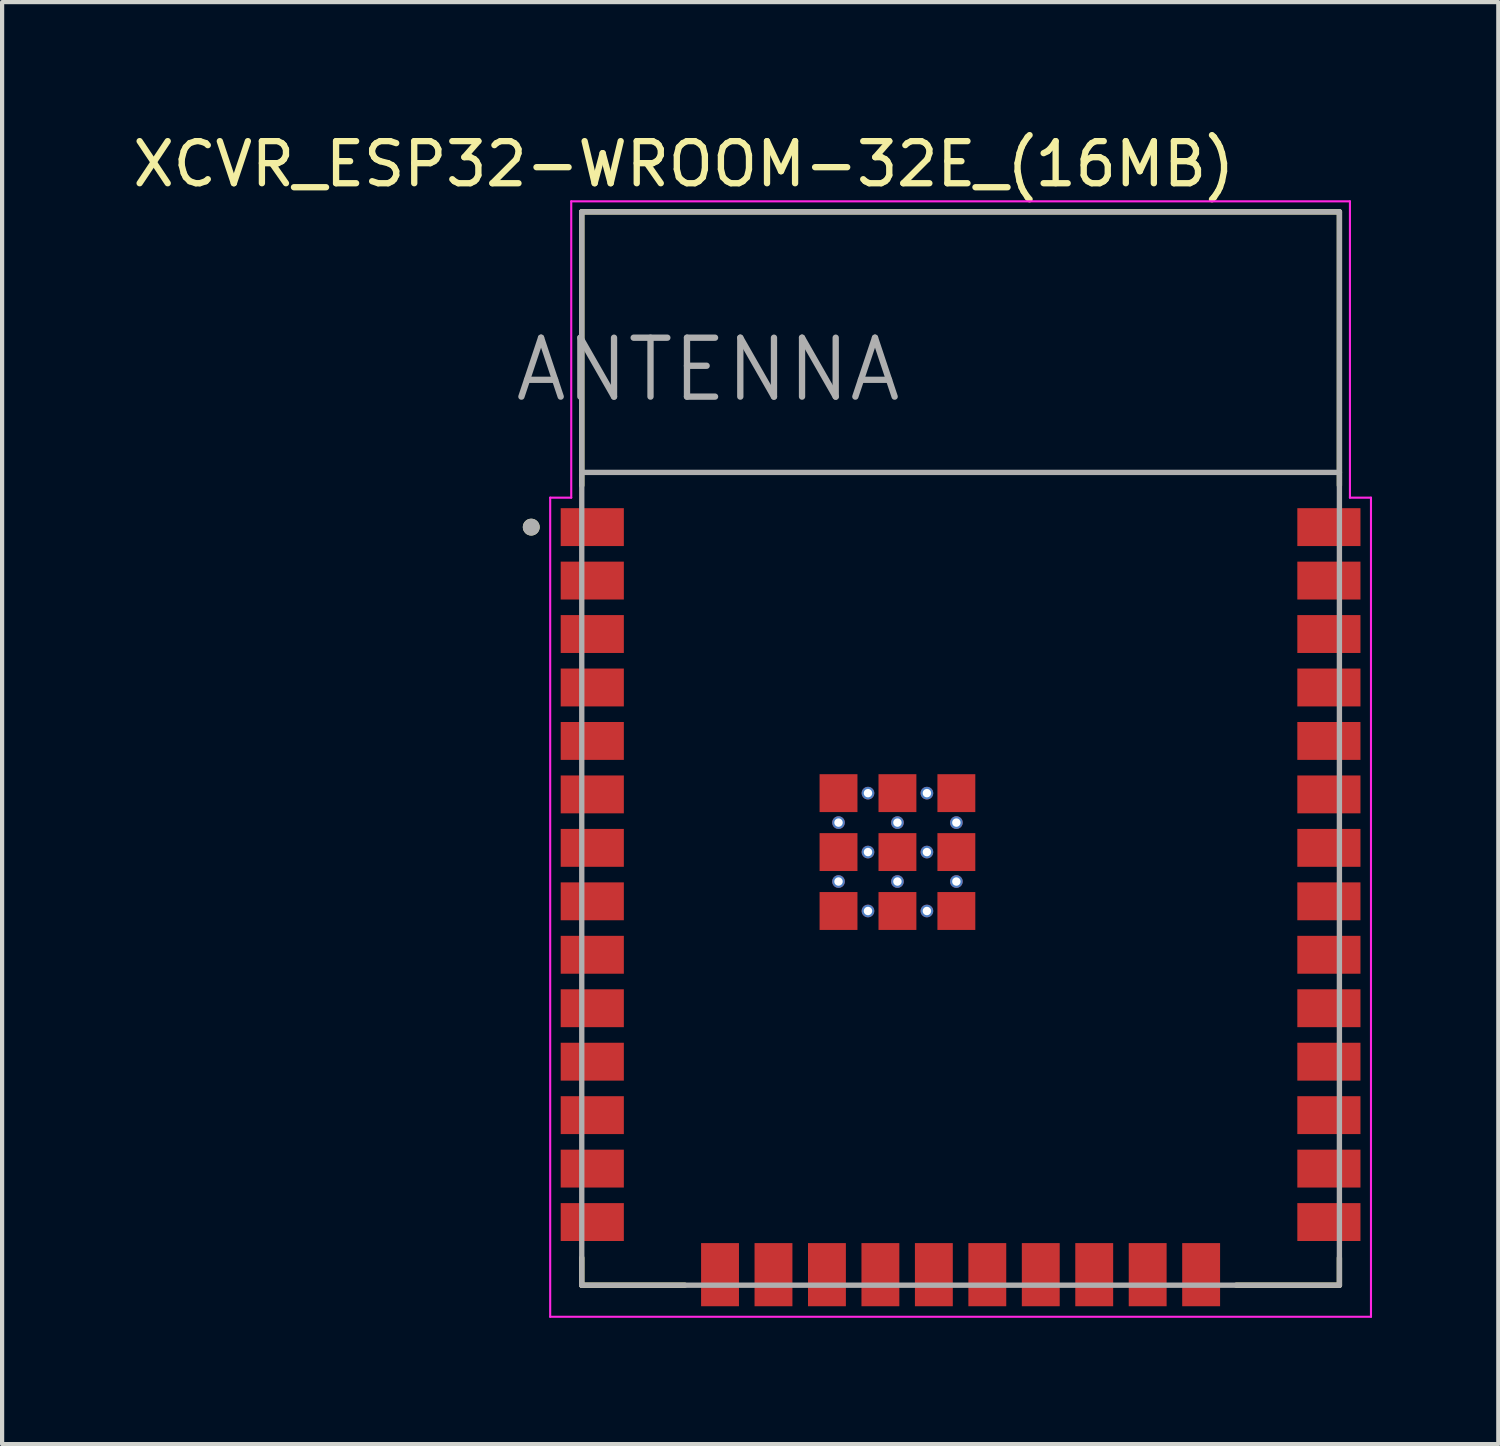
<source format=kicad_pcb>
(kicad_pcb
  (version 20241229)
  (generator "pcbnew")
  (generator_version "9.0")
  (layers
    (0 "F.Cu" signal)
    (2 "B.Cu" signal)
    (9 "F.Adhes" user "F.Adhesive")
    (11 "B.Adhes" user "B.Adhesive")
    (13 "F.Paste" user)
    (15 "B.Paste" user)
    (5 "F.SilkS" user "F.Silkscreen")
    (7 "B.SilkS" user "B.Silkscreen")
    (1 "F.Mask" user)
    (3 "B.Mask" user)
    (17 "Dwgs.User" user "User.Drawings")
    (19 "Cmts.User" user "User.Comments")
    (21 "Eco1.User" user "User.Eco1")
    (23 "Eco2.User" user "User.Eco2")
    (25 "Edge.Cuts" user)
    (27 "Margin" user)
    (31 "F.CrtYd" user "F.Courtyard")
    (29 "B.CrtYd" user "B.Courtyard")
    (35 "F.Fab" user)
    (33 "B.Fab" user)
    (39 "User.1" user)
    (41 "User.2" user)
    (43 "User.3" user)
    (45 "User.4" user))
  (footprint "XCVR_ESP32-WROOM-32E_(16MB)"
    (layer "F.Cu")
    (at 19.771 14.733)
    (property "Reference" "XCVR_ESP32-WROOM-32E_(16MB)" (at -6.575 -13.885 0) (layer "F.SilkS") (effects (font (size 1 1) (thickness 0.15))))
    (attr smd)
    (fp_line (start -9 -12.75) (end 9 -12.75) (stroke (width 0.127) (type solid)) (layer "F.SilkS"))
    (fp_line (start -9 -6.25) (end -9 -12.75) (stroke (width 0.127) (type solid)) (layer "F.SilkS"))
    (fp_line (start -9 12.1) (end -9 12.75) (stroke (width 0.127) (type solid)) (layer "F.SilkS"))
    (fp_line (start -9 12.75) (end -6.55 12.75) (stroke (width 0.127) (type solid)) (layer "F.SilkS"))
    (fp_line (start 6.55 12.75) (end 9 12.75) (stroke (width 0.127) (type solid)) (layer "F.SilkS"))
    (fp_line (start 9 -12.75) (end 9 -6.25) (stroke (width 0.127) (type solid)) (layer "F.SilkS"))
    (fp_line (start 9 12.75) (end 9 12.1) (stroke (width 0.127) (type solid)) (layer "F.SilkS"))
    (fp_circle (center -10.2 -5.26) (end -10.1 -5.26) (stroke (width 0.2) (type solid)) (fill no) (layer "F.SilkS"))
    (fp_line (start -9.75 -5.96) (end -9.25 -5.96) (stroke (width 0.05) (type solid)) (layer "F.CrtYd"))
    (fp_line (start -9.75 13.5) (end -9.75 -5.96) (stroke (width 0.05) (type solid)) (layer "F.CrtYd"))
    (fp_line (start -9.25 -13) (end 9.25 -13) (stroke (width 0.05) (type solid)) (layer "F.CrtYd"))
    (fp_line (start -9.25 -5.96) (end -9.25 -13) (stroke (width 0.05) (type solid)) (layer "F.CrtYd"))
    (fp_line (start 9.25 -13) (end 9.25 -5.96) (stroke (width 0.05) (type solid)) (layer "F.CrtYd"))
    (fp_line (start 9.25 -5.96) (end 9.75 -5.96) (stroke (width 0.05) (type solid)) (layer "F.CrtYd"))
    (fp_line (start 9.75 -5.96) (end 9.75 13.5) (stroke (width 0.05) (type solid)) (layer "F.CrtYd"))
    (fp_line (start 9.75 13.5) (end -9.75 13.5) (stroke (width 0.05) (type solid)) (layer "F.CrtYd"))
    (fp_line (start -9 -12.75) (end -9 -6.56) (stroke (width 0.127) (type solid)) (layer "F.Fab"))
    (fp_line (start -9 -12.75) (end 9 -12.75) (stroke (width 0.127) (type solid)) (layer "F.Fab"))
    (fp_line (start -9 -6.56) (end 9 -6.56) (stroke (width 0.127) (type solid)) (layer "F.Fab"))
    (fp_line (start -9 12.75) (end -9 -6.56) (stroke (width 0.127) (type solid)) (layer "F.Fab"))
    (fp_line (start 9 -12.75) (end 9 -6.56) (stroke (width 0.127) (type solid)) (layer "F.Fab"))
    (fp_line (start 9 -6.56) (end 9 12.75) (stroke (width 0.127) (type solid)) (layer "F.Fab"))
    (fp_line (start 9 12.75) (end -9 12.75) (stroke (width 0.127) (type solid)) (layer "F.Fab"))
    (fp_circle (center -10.2 -5.26) (end -10.1 -5.26) (stroke (width 0.2) (type solid)) (fill no) (layer "F.Fab"))
    (fp_text user "ANTENNA" (at -6 -9 0) (layer "F.Fab") (effects (font (size 1.4 1.4) (thickness 0.15))))
    (pad "1" smd rect (at -8.75 -5.26) (size 1.5 0.9) (layers "F.Cu" "F.Mask" "F.Paste"))
    (pad "2" smd rect (at -8.75 -3.99) (size 1.5 0.9) (layers "F.Cu" "F.Mask" "F.Paste"))
    (pad "3" smd rect (at -8.75 -2.72) (size 1.5 0.9) (layers "F.Cu" "F.Mask" "F.Paste"))
    (pad "4" smd rect (at -8.75 -1.45) (size 1.5 0.9) (layers "F.Cu" "F.Mask" "F.Paste"))
    (pad "5" smd rect (at -8.75 -0.18) (size 1.5 0.9) (layers "F.Cu" "F.Mask" "F.Paste"))
    (pad "6" smd rect (at -8.75 1.09) (size 1.5 0.9) (layers "F.Cu" "F.Mask" "F.Paste"))
    (pad "7" smd rect (at -8.75 2.36) (size 1.5 0.9) (layers "F.Cu" "F.Mask" "F.Paste"))
    (pad "8" smd rect (at -8.75 3.63) (size 1.5 0.9) (layers "F.Cu" "F.Mask" "F.Paste"))
    (pad "9" smd rect (at -8.75 4.9) (size 1.5 0.9) (layers "F.Cu" "F.Mask" "F.Paste"))
    (pad "10" smd rect (at -8.75 6.17) (size 1.5 0.9) (layers "F.Cu" "F.Mask" "F.Paste"))
    (pad "11" smd rect (at -8.75 7.44) (size 1.5 0.9) (layers "F.Cu" "F.Mask" "F.Paste"))
    (pad "12" smd rect (at -8.75 8.71) (size 1.5 0.9) (layers "F.Cu" "F.Mask" "F.Paste"))
    (pad "13" smd rect (at -8.75 9.98) (size 1.5 0.9) (layers "F.Cu" "F.Mask" "F.Paste"))
    (pad "14" smd rect (at -8.75 11.25) (size 1.5 0.9) (layers "F.Cu" "F.Mask" "F.Paste"))
    (pad "15" smd rect (at -5.715 12.5) (size 0.9 1.5) (layers "F.Cu" "F.Mask" "F.Paste"))
    (pad "16" smd rect (at -4.445 12.5) (size 0.9 1.5) (layers "F.Cu" "F.Mask" "F.Paste"))
    (pad "17" smd rect (at -3.175 12.5) (size 0.9 1.5) (layers "F.Cu" "F.Mask" "F.Paste"))
    (pad "18" smd rect (at -1.905 12.5) (size 0.9 1.5) (layers "F.Cu" "F.Mask" "F.Paste"))
    (pad "19" smd rect (at -0.635 12.5) (size 0.9 1.5) (layers "F.Cu" "F.Mask" "F.Paste"))
    (pad "20" smd rect (at 0.635 12.5) (size 0.9 1.5) (layers "F.Cu" "F.Mask" "F.Paste"))
    (pad "21" smd rect (at 1.905 12.5) (size 0.9 1.5) (layers "F.Cu" "F.Mask" "F.Paste"))
    (pad "22" smd rect (at 3.175 12.5) (size 0.9 1.5) (layers "F.Cu" "F.Mask" "F.Paste"))
    (pad "23" smd rect (at 4.445 12.5) (size 0.9 1.5) (layers "F.Cu" "F.Mask" "F.Paste"))
    (pad "24" smd rect (at 5.715 12.5) (size 0.9 1.5) (layers "F.Cu" "F.Mask" "F.Paste"))
    (pad "25" smd rect (at 8.75 11.25) (size 1.5 0.9) (layers "F.Cu" "F.Mask" "F.Paste"))
    (pad "26" smd rect (at 8.75 9.98) (size 1.5 0.9) (layers "F.Cu" "F.Mask" "F.Paste"))
    (pad "27" smd rect (at 8.75 8.71) (size 1.5 0.9) (layers "F.Cu" "F.Mask" "F.Paste"))
    (pad "28" smd rect (at 8.75 7.44) (size 1.5 0.9) (layers "F.Cu" "F.Mask" "F.Paste"))
    (pad "29" smd rect (at 8.75 6.17) (size 1.5 0.9) (layers "F.Cu" "F.Mask" "F.Paste"))
    (pad "30" smd rect (at 8.75 4.9) (size 1.5 0.9) (layers "F.Cu" "F.Mask" "F.Paste"))
    (pad "31" smd rect (at 8.75 3.63) (size 1.5 0.9) (layers "F.Cu" "F.Mask" "F.Paste"))
    (pad "32" smd rect (at 8.75 2.36) (size 1.5 0.9) (layers "F.Cu" "F.Mask" "F.Paste"))
    (pad "33" smd rect (at 8.75 1.09) (size 1.5 0.9) (layers "F.Cu" "F.Mask" "F.Paste"))
    (pad "34" smd rect (at 8.75 -0.18) (size 1.5 0.9) (layers "F.Cu" "F.Mask" "F.Paste"))
    (pad "35" smd rect (at 8.75 -1.45) (size 1.5 0.9) (layers "F.Cu" "F.Mask" "F.Paste"))
    (pad "36" smd rect (at 8.75 -2.72) (size 1.5 0.9) (layers "F.Cu" "F.Mask" "F.Paste"))
    (pad "37" smd rect (at 8.75 -3.99) (size 1.5 0.9) (layers "F.Cu" "F.Mask" "F.Paste"))
    (pad "38" smd rect (at 8.75 -5.26) (size 1.5 0.9) (layers "F.Cu" "F.Mask" "F.Paste"))
    (pad "39_1" smd rect (at -2.9 1.06) (size 0.9 0.9) (layers "F.Cu" "F.Mask" "F.Paste"))
    (pad "39_2" smd rect (at -1.5 1.06) (size 0.9 0.9) (layers "F.Cu" "F.Mask" "F.Paste"))
    (pad "39_3" smd rect (at -0.1 1.06) (size 0.9 0.9) (layers "F.Cu" "F.Mask" "F.Paste"))
    (pad "39_4" smd rect (at -2.9 2.46) (size 0.9 0.9) (layers "F.Cu" "F.Mask" "F.Paste"))
    (pad "39_5" smd rect (at -1.5 2.46) (size 0.9 0.9) (layers "F.Cu" "F.Mask" "F.Paste"))
    (pad "39_6" smd rect (at -0.1 2.46) (size 0.9 0.9) (layers "F.Cu" "F.Mask" "F.Paste"))
    (pad "39_7" smd rect (at -2.9 3.86) (size 0.9 0.9) (layers "F.Cu" "F.Mask" "F.Paste"))
    (pad "39_8" smd rect (at -1.5 3.86) (size 0.9 0.9) (layers "F.Cu" "F.Mask" "F.Paste"))
    (pad "39_9" smd rect (at -0.1 3.86) (size 0.9 0.9) (layers "F.Cu" "F.Mask" "F.Paste"))
    (pad "39_10" thru_hole circle (at -2.2 1.06) (size 0.3 0.3) (drill 0.2) (layers "*.Cu"))
    (pad "39_11" thru_hole circle (at -0.8 1.06) (size 0.3 0.3) (drill 0.2) (layers "*.Cu"))
    (pad "39_12" thru_hole circle (at -2.9 1.76) (size 0.3 0.3) (drill 0.2) (layers "*.Cu"))
    (pad "39_13" thru_hole circle (at -1.5 1.76) (size 0.3 0.3) (drill 0.2) (layers "*.Cu"))
    (pad "39_14" thru_hole circle (at -0.1 1.76) (size 0.3 0.3) (drill 0.2) (layers "*.Cu"))
    (pad "39_15" thru_hole circle (at -2.2 2.46) (size 0.3 0.3) (drill 0.2) (layers "*.Cu"))
    (pad "39_16" thru_hole circle (at -0.8 2.46) (size 0.3 0.3) (drill 0.2) (layers "*.Cu"))
    (pad "39_17" thru_hole circle (at -2.9 3.16) (size 0.3 0.3) (drill 0.2) (layers "*.Cu"))
    (pad "39_18" thru_hole circle (at -1.5 3.16) (size 0.3 0.3) (drill 0.2) (layers "*.Cu"))
    (pad "39_19" thru_hole circle (at -0.1 3.16) (size 0.3 0.3) (drill 0.2) (layers "*.Cu"))
    (pad "39_20" thru_hole circle (at -2.2 3.86) (size 0.3 0.3) (drill 0.2) (layers "*.Cu"))
    (pad "39_21" thru_hole circle (at -0.8 3.86) (size 0.3 0.3) (drill 0.2) (layers "*.Cu"))
    (zone (net_name "") (layer "F.Cu") (hatch full 0.508) (connect_pads) (min_thickness 0.01) (filled_areas_thickness no) (keepout (tracks not_allowed) (vias not_allowed) (pads not_allowed) (copperpour not_allowed) (footprints allowed)) (placement (enabled no)) (fill) (polygon (pts (xy 10.771 1.983) (xy 28.771 1.983) (xy 28.771 8.173) (xy 10.771 8.173))))
    (zone (net_name "") (layers "F.Cu" "B.Cu") (hatch full 0.508) (connect_pads) (min_thickness 0.01) (filled_areas_thickness no) (keepout (tracks allowed) (vias not_allowed) (pads allowed) (copperpour allowed) (footprints allowed)) (placement (enabled no)) (fill) (polygon (pts (xy 10.771 1.983) (xy 28.771 1.983) (xy 28.771 8.173) (xy 10.771 8.173)))))
  (gr_rect
    (start -3 -3)
    (end 32.546 31.258)
    (stroke (width 0.1) (type default))
    (fill no)
    (layer "Edge.Cuts")))
</source>
